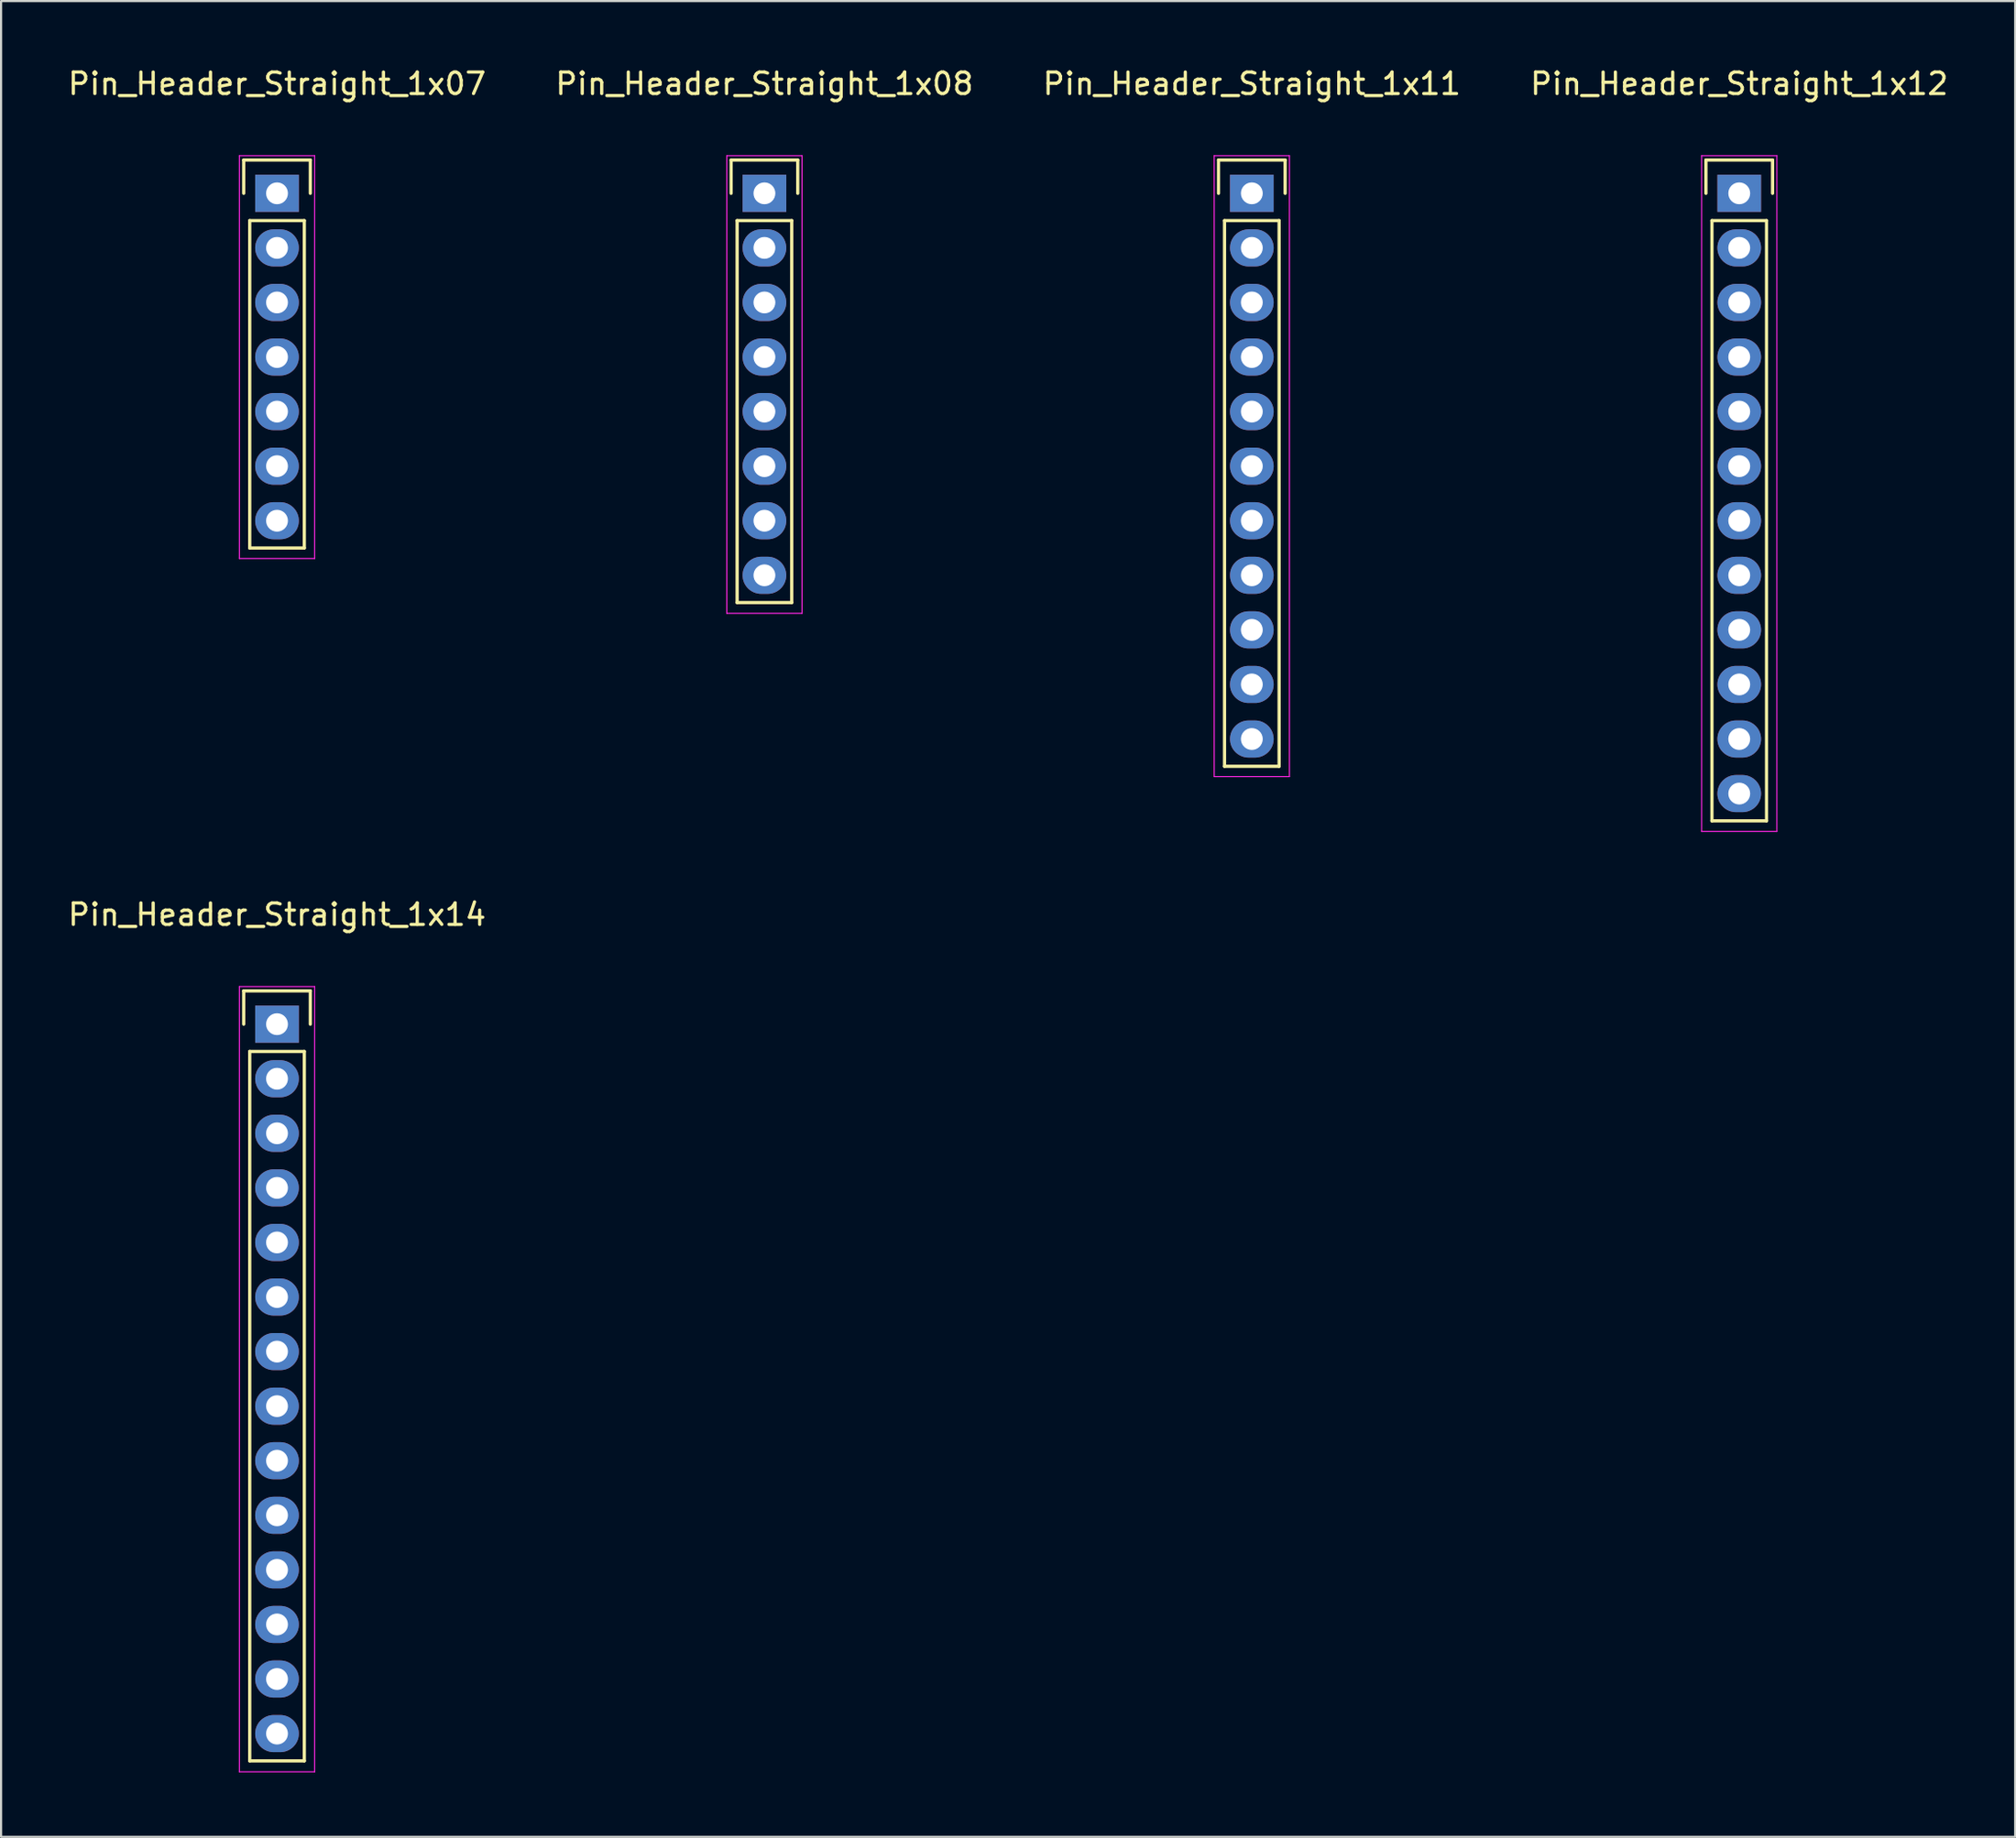
<source format=kicad_pcb>
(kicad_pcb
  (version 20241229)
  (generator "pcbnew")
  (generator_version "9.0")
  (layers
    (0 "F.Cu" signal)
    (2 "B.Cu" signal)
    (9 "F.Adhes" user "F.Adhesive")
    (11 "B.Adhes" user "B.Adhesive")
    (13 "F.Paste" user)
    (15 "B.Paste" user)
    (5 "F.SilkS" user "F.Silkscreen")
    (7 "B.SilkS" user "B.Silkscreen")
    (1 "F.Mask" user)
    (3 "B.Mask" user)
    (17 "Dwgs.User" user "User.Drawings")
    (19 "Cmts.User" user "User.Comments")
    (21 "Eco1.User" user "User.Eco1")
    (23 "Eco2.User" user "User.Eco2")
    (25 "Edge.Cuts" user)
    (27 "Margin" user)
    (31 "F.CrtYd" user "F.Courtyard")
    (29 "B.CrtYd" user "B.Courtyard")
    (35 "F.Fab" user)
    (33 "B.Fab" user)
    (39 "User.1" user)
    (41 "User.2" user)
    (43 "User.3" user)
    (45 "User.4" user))
  (footprint "Pin_Header_Straight_1x08"
    (layer "F.Cu")
    (at 32.518 5.948)
    (property "Reference" "Pin_Header_Straight_1x08" (at 0 -5.1 0) (layer "F.SilkS") (effects (font (size 1 1) (thickness 0.15))))
    (attr through_hole)
    (fp_line (start -1.55 -1.55) (end 1.55 -1.55) (stroke (width 0.15) (type solid)) (layer "F.SilkS"))
    (fp_line (start -1.55 0) (end -1.55 -1.55) (stroke (width 0.15) (type solid)) (layer "F.SilkS"))
    (fp_line (start -1.27 19.05) (end -1.27 1.27) (stroke (width 0.15) (type solid)) (layer "F.SilkS"))
    (fp_line (start 1.27 1.27) (end -1.27 1.27) (stroke (width 0.15) (type solid)) (layer "F.SilkS"))
    (fp_line (start 1.27 1.27) (end 1.27 19.05) (stroke (width 0.15) (type solid)) (layer "F.SilkS"))
    (fp_line (start 1.27 19.05) (end -1.27 19.05) (stroke (width 0.15) (type solid)) (layer "F.SilkS"))
    (fp_line (start 1.55 -1.55) (end 1.55 0) (stroke (width 0.15) (type solid)) (layer "F.SilkS"))
    (fp_line (start -1.75 -1.75) (end -1.75 19.55) (stroke (width 0.05) (type solid)) (layer "F.CrtYd"))
    (fp_line (start -1.75 -1.75) (end 1.75 -1.75) (stroke (width 0.05) (type solid)) (layer "F.CrtYd"))
    (fp_line (start -1.75 19.55) (end 1.75 19.55) (stroke (width 0.05) (type solid)) (layer "F.CrtYd"))
    (fp_line (start 1.75 -1.75) (end 1.75 19.55) (stroke (width 0.05) (type solid)) (layer "F.CrtYd"))
    (pad "1" thru_hole rect (at 0 0) (size 2.032 1.727) (drill 1.016) (layers "*.Cu" "*.Mask"))
    (pad "2" thru_hole oval (at 0 2.54) (size 2.032 1.727) (drill 1.016) (layers "*.Cu" "*.Mask"))
    (pad "3" thru_hole oval (at 0 5.08) (size 2.032 1.727) (drill 1.016) (layers "*.Cu" "*.Mask"))
    (pad "4" thru_hole oval (at 0 7.62) (size 2.032 1.727) (drill 1.016) (layers "*.Cu" "*.Mask"))
    (pad "5" thru_hole oval (at 0 10.16) (size 2.032 1.727) (drill 1.016) (layers "*.Cu" "*.Mask"))
    (pad "6" thru_hole oval (at 0 12.7) (size 2.032 1.727) (drill 1.016) (layers "*.Cu" "*.Mask"))
    (pad "7" thru_hole oval (at 0 15.24) (size 2.032 1.727) (drill 1.016) (layers "*.Cu" "*.Mask"))
    (pad "8" thru_hole oval (at 0 17.78) (size 2.032 1.727) (drill 1.016) (layers "*.Cu" "*.Mask")))
  (footprint "Pin_Header_Straight_1x11"
    (layer "F.Cu")
    (at 55.196 5.948)
    (property "Reference" "Pin_Header_Straight_1x11" (at 0 -5.1 0) (layer "F.SilkS") (effects (font (size 1 1) (thickness 0.15))))
    (attr through_hole)
    (fp_line (start -1.55 -1.55) (end 1.55 -1.55) (stroke (width 0.15) (type solid)) (layer "F.SilkS"))
    (fp_line (start -1.55 0) (end -1.55 -1.55) (stroke (width 0.15) (type solid)) (layer "F.SilkS"))
    (fp_line (start -1.27 26.67) (end -1.27 1.27) (stroke (width 0.15) (type solid)) (layer "F.SilkS"))
    (fp_line (start 1.27 1.27) (end -1.27 1.27) (stroke (width 0.15) (type solid)) (layer "F.SilkS"))
    (fp_line (start 1.27 1.27) (end 1.27 26.67) (stroke (width 0.15) (type solid)) (layer "F.SilkS"))
    (fp_line (start 1.27 26.67) (end -1.27 26.67) (stroke (width 0.15) (type solid)) (layer "F.SilkS"))
    (fp_line (start 1.55 -1.55) (end 1.55 0) (stroke (width 0.15) (type solid)) (layer "F.SilkS"))
    (fp_line (start -1.75 -1.75) (end -1.75 27.15) (stroke (width 0.05) (type solid)) (layer "F.CrtYd"))
    (fp_line (start -1.75 -1.75) (end 1.75 -1.75) (stroke (width 0.05) (type solid)) (layer "F.CrtYd"))
    (fp_line (start -1.75 27.15) (end 1.75 27.15) (stroke (width 0.05) (type solid)) (layer "F.CrtYd"))
    (fp_line (start 1.75 -1.75) (end 1.75 27.15) (stroke (width 0.05) (type solid)) (layer "F.CrtYd"))
    (pad "1" thru_hole rect (at 0 0) (size 2.032 1.727) (drill 1.016) (layers "*.Cu" "*.Mask"))
    (pad "2" thru_hole oval (at 0 2.54) (size 2.032 1.727) (drill 1.016) (layers "*.Cu" "*.Mask"))
    (pad "3" thru_hole oval (at 0 5.08) (size 2.032 1.727) (drill 1.016) (layers "*.Cu" "*.Mask"))
    (pad "4" thru_hole oval (at 0 7.62) (size 2.032 1.727) (drill 1.016) (layers "*.Cu" "*.Mask"))
    (pad "5" thru_hole oval (at 0 10.16) (size 2.032 1.727) (drill 1.016) (layers "*.Cu" "*.Mask"))
    (pad "6" thru_hole oval (at 0 12.7) (size 2.032 1.727) (drill 1.016) (layers "*.Cu" "*.Mask"))
    (pad "7" thru_hole oval (at 0 15.24) (size 2.032 1.727) (drill 1.016) (layers "*.Cu" "*.Mask"))
    (pad "8" thru_hole oval (at 0 17.78) (size 2.032 1.727) (drill 1.016) (layers "*.Cu" "*.Mask"))
    (pad "9" thru_hole oval (at 0 20.32) (size 2.032 1.727) (drill 1.016) (layers "*.Cu" "*.Mask"))
    (pad "10" thru_hole oval (at 0 22.86) (size 2.032 1.727) (drill 1.016) (layers "*.Cu" "*.Mask"))
    (pad "11" thru_hole oval (at 0 25.4) (size 2.032 1.727) (drill 1.016) (layers "*.Cu" "*.Mask")))
  (footprint "Pin_Header_Straight_1x14"
    (layer "F.Cu")
    (at 9.839 44.621)
    (property "Reference" "Pin_Header_Straight_1x14" (at 0 -5.1 0) (layer "F.SilkS") (effects (font (size 1 1) (thickness 0.15))))
    (attr through_hole)
    (fp_line (start -1.55 -1.55) (end 1.55 -1.55) (stroke (width 0.15) (type solid)) (layer "F.SilkS"))
    (fp_line (start -1.55 0) (end -1.55 -1.55) (stroke (width 0.15) (type solid)) (layer "F.SilkS"))
    (fp_line (start -1.27 1.27) (end -1.27 34.29) (stroke (width 0.15) (type solid)) (layer "F.SilkS"))
    (fp_line (start -1.27 34.29) (end 1.27 34.29) (stroke (width 0.15) (type solid)) (layer "F.SilkS"))
    (fp_line (start 1.27 1.27) (end -1.27 1.27) (stroke (width 0.15) (type solid)) (layer "F.SilkS"))
    (fp_line (start 1.27 34.29) (end 1.27 1.27) (stroke (width 0.15) (type solid)) (layer "F.SilkS"))
    (fp_line (start 1.55 -1.55) (end 1.55 0) (stroke (width 0.15) (type solid)) (layer "F.SilkS"))
    (fp_line (start -1.75 -1.75) (end -1.75 34.8) (stroke (width 0.05) (type solid)) (layer "F.CrtYd"))
    (fp_line (start -1.75 -1.75) (end 1.75 -1.75) (stroke (width 0.05) (type solid)) (layer "F.CrtYd"))
    (fp_line (start -1.75 34.8) (end 1.75 34.8) (stroke (width 0.05) (type solid)) (layer "F.CrtYd"))
    (fp_line (start 1.75 -1.75) (end 1.75 34.8) (stroke (width 0.05) (type solid)) (layer "F.CrtYd"))
    (pad "1" thru_hole rect (at 0 0) (size 2.032 1.727) (drill 1.016) (layers "*.Cu" "*.Mask"))
    (pad "2" thru_hole oval (at 0 2.54) (size 2.032 1.727) (drill 1.016) (layers "*.Cu" "*.Mask"))
    (pad "3" thru_hole oval (at 0 5.08) (size 2.032 1.727) (drill 1.016) (layers "*.Cu" "*.Mask"))
    (pad "4" thru_hole oval (at 0 7.62) (size 2.032 1.727) (drill 1.016) (layers "*.Cu" "*.Mask"))
    (pad "5" thru_hole oval (at 0 10.16) (size 2.032 1.727) (drill 1.016) (layers "*.Cu" "*.Mask"))
    (pad "6" thru_hole oval (at 0 12.7) (size 2.032 1.727) (drill 1.016) (layers "*.Cu" "*.Mask"))
    (pad "7" thru_hole oval (at 0 15.24) (size 2.032 1.727) (drill 1.016) (layers "*.Cu" "*.Mask"))
    (pad "8" thru_hole oval (at 0 17.78) (size 2.032 1.727) (drill 1.016) (layers "*.Cu" "*.Mask"))
    (pad "9" thru_hole oval (at 0 20.32) (size 2.032 1.727) (drill 1.016) (layers "*.Cu" "*.Mask"))
    (pad "10" thru_hole oval (at 0 22.86) (size 2.032 1.727) (drill 1.016) (layers "*.Cu" "*.Mask"))
    (pad "11" thru_hole oval (at 0 25.4) (size 2.032 1.727) (drill 1.016) (layers "*.Cu" "*.Mask"))
    (pad "12" thru_hole oval (at 0 27.94) (size 2.032 1.727) (drill 1.016) (layers "*.Cu" "*.Mask"))
    (pad "13" thru_hole oval (at 0 30.48) (size 2.032 1.727) (drill 1.016) (layers "*.Cu" "*.Mask"))
    (pad "14" thru_hole oval (at 0 33.02) (size 2.032 1.727) (drill 1.016) (layers "*.Cu" "*.Mask")))
  (footprint "Pin_Header_Straight_1x12"
    (layer "F.Cu")
    (at 77.875 5.948)
    (property "Reference" "Pin_Header_Straight_1x12" (at 0 -5.1 0) (layer "F.SilkS") (effects (font (size 1 1) (thickness 0.15))))
    (attr through_hole)
    (fp_line (start -1.55 -1.55) (end 1.55 -1.55) (stroke (width 0.15) (type solid)) (layer "F.SilkS"))
    (fp_line (start -1.55 0) (end -1.55 -1.55) (stroke (width 0.15) (type solid)) (layer "F.SilkS"))
    (fp_line (start -1.27 29.21) (end -1.27 1.27) (stroke (width 0.15) (type solid)) (layer "F.SilkS"))
    (fp_line (start 1.27 1.27) (end -1.27 1.27) (stroke (width 0.15) (type solid)) (layer "F.SilkS"))
    (fp_line (start 1.27 1.27) (end 1.27 29.21) (stroke (width 0.15) (type solid)) (layer "F.SilkS"))
    (fp_line (start 1.27 29.21) (end -1.27 29.21) (stroke (width 0.15) (type solid)) (layer "F.SilkS"))
    (fp_line (start 1.55 -1.55) (end 1.55 0) (stroke (width 0.15) (type solid)) (layer "F.SilkS"))
    (fp_line (start -1.75 -1.75) (end -1.75 29.7) (stroke (width 0.05) (type solid)) (layer "F.CrtYd"))
    (fp_line (start -1.75 -1.75) (end 1.75 -1.75) (stroke (width 0.05) (type solid)) (layer "F.CrtYd"))
    (fp_line (start -1.75 29.7) (end 1.75 29.7) (stroke (width 0.05) (type solid)) (layer "F.CrtYd"))
    (fp_line (start 1.75 -1.75) (end 1.75 29.7) (stroke (width 0.05) (type solid)) (layer "F.CrtYd"))
    (pad "1" thru_hole rect (at 0 0) (size 2.032 1.727) (drill 1.016) (layers "*.Cu" "*.Mask"))
    (pad "2" thru_hole oval (at 0 2.54) (size 2.032 1.727) (drill 1.016) (layers "*.Cu" "*.Mask"))
    (pad "3" thru_hole oval (at 0 5.08) (size 2.032 1.727) (drill 1.016) (layers "*.Cu" "*.Mask"))
    (pad "4" thru_hole oval (at 0 7.62) (size 2.032 1.727) (drill 1.016) (layers "*.Cu" "*.Mask"))
    (pad "5" thru_hole oval (at 0 10.16) (size 2.032 1.727) (drill 1.016) (layers "*.Cu" "*.Mask"))
    (pad "6" thru_hole oval (at 0 12.7) (size 2.032 1.727) (drill 1.016) (layers "*.Cu" "*.Mask"))
    (pad "7" thru_hole oval (at 0 15.24) (size 2.032 1.727) (drill 1.016) (layers "*.Cu" "*.Mask"))
    (pad "8" thru_hole oval (at 0 17.78) (size 2.032 1.727) (drill 1.016) (layers "*.Cu" "*.Mask"))
    (pad "9" thru_hole oval (at 0 20.32) (size 2.032 1.727) (drill 1.016) (layers "*.Cu" "*.Mask"))
    (pad "10" thru_hole oval (at 0 22.86) (size 2.032 1.727) (drill 1.016) (layers "*.Cu" "*.Mask"))
    (pad "11" thru_hole oval (at 0 25.4) (size 2.032 1.727) (drill 1.016) (layers "*.Cu" "*.Mask"))
    (pad "12" thru_hole oval (at 0 27.94) (size 2.032 1.727) (drill 1.016) (layers "*.Cu" "*.Mask")))
  (footprint "Pin_Header_Straight_1x07"
    (layer "F.Cu")
    (at 9.839 5.948)
    (property "Reference" "Pin_Header_Straight_1x07" (at 0 -5.1 0) (layer "F.SilkS") (effects (font (size 1 1) (thickness 0.15))))
    (attr through_hole)
    (fp_line (start -1.55 -1.55) (end 1.55 -1.55) (stroke (width 0.15) (type solid)) (layer "F.SilkS"))
    (fp_line (start -1.55 0) (end -1.55 -1.55) (stroke (width 0.15) (type solid)) (layer "F.SilkS"))
    (fp_line (start -1.27 16.51) (end -1.27 1.27) (stroke (width 0.15) (type solid)) (layer "F.SilkS"))
    (fp_line (start 1.27 1.27) (end -1.27 1.27) (stroke (width 0.15) (type solid)) (layer "F.SilkS"))
    (fp_line (start 1.27 1.27) (end 1.27 16.51) (stroke (width 0.15) (type solid)) (layer "F.SilkS"))
    (fp_line (start 1.27 16.51) (end -1.27 16.51) (stroke (width 0.15) (type solid)) (layer "F.SilkS"))
    (fp_line (start 1.55 -1.55) (end 1.55 0) (stroke (width 0.15) (type solid)) (layer "F.SilkS"))
    (fp_line (start -1.75 -1.75) (end -1.75 17) (stroke (width 0.05) (type solid)) (layer "F.CrtYd"))
    (fp_line (start -1.75 -1.75) (end 1.75 -1.75) (stroke (width 0.05) (type solid)) (layer "F.CrtYd"))
    (fp_line (start -1.75 17) (end 1.75 17) (stroke (width 0.05) (type solid)) (layer "F.CrtYd"))
    (fp_line (start 1.75 -1.75) (end 1.75 17) (stroke (width 0.05) (type solid)) (layer "F.CrtYd"))
    (pad "1" thru_hole rect (at 0 0) (size 2.032 1.727) (drill 1.016) (layers "*.Cu" "*.Mask"))
    (pad "2" thru_hole oval (at 0 2.54) (size 2.032 1.727) (drill 1.016) (layers "*.Cu" "*.Mask"))
    (pad "3" thru_hole oval (at 0 5.08) (size 2.032 1.727) (drill 1.016) (layers "*.Cu" "*.Mask"))
    (pad "4" thru_hole oval (at 0 7.62) (size 2.032 1.727) (drill 1.016) (layers "*.Cu" "*.Mask"))
    (pad "5" thru_hole oval (at 0 10.16) (size 2.032 1.727) (drill 1.016) (layers "*.Cu" "*.Mask"))
    (pad "6" thru_hole oval (at 0 12.7) (size 2.032 1.727) (drill 1.016) (layers "*.Cu" "*.Mask"))
    (pad "7" thru_hole oval (at 0 15.24) (size 2.032 1.727) (drill 1.016) (layers "*.Cu" "*.Mask")))
  (gr_rect
    (start -3 -3)
    (end 90.714 82.447)
    (stroke (width 0.1) (type default))
    (fill no)
    (layer "Edge.Cuts")))
</source>
